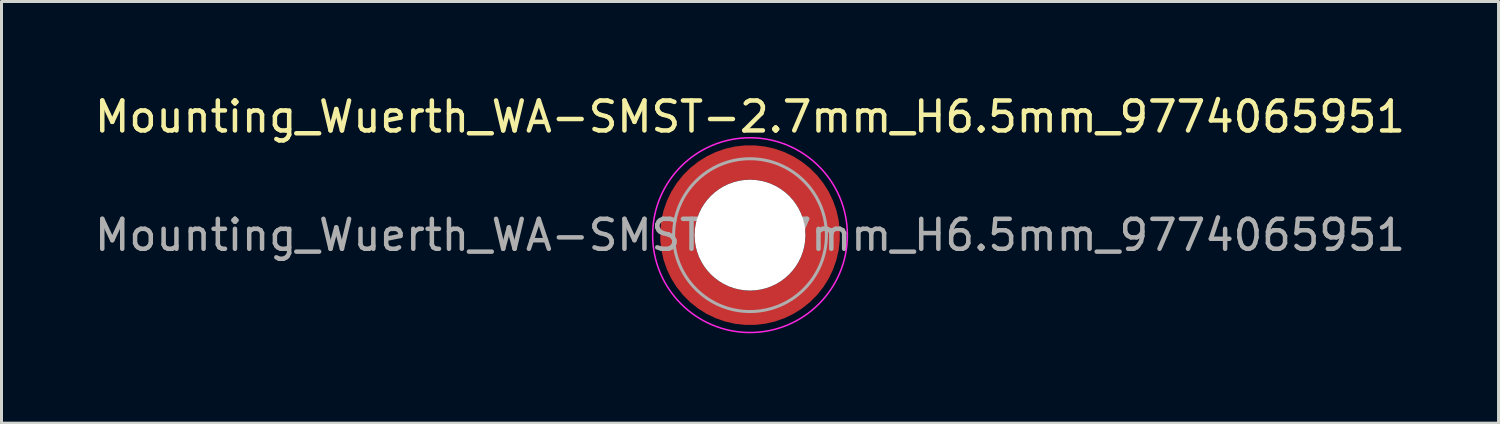
<source format=kicad_pcb>
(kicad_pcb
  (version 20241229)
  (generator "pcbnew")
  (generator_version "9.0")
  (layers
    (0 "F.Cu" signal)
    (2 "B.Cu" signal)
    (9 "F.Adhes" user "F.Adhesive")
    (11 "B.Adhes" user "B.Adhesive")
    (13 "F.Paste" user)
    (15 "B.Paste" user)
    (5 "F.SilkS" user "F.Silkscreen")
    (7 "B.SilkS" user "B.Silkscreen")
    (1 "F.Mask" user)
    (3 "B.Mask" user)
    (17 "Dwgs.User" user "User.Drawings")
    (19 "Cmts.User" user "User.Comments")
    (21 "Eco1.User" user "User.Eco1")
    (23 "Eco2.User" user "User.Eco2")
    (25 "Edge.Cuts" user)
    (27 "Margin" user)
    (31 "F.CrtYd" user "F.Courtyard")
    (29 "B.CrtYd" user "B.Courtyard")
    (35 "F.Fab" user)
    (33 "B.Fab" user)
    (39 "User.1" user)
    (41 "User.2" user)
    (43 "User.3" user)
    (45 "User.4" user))
  (footprint "Mounting_Wuerth_WA-SMST-2.7mm_H6.5mm_9774065951"
    (layer "F.Cu")
    (at 21.982 4.798)
    (property "Reference" "Mounting_Wuerth_WA-SMST-2.7mm_H6.5mm_9774065951" (at 0 -3.95 0) (layer "F.SilkS") (effects (font (size 1 1) (thickness 0.15))))
    (attr smd)
    (fp_circle (center 0 0) (end 3.25 0) (stroke (width 0.05) (type solid)) (fill no) (layer "F.CrtYd"))
    (fp_circle (center 0 0) (end 2.55 0) (stroke (width 0.1) (type solid)) (fill no) (layer "F.Fab"))
    (fp_text user "${REFERENCE}" (at 0 0 0) (layer "F.Fab") (effects (font (size 1 1) (thickness 0.15))))
    (pad "" smd custom (at -1.704 -1.704) (size 0.62 0.62) (layers "F.Paste") (options (anchor circle)) (primitives (gr_arc (start -0.250195 1.279127) (mid 0.289146 0.290681) (end 1.277006 -0.249732) (width 0.2)) (gr_arc (start -0.34334 1.279127) (mid 0.224883 0.226093) (end 1.277452 -0.342992) (width 0.2)) (gr_arc (start -0.436309 1.279127) (mid 0.160537 0.16159) (end 1.277666 -0.436018) (width 0.2)) (gr_arc (start -0.529126 1.279127) (mid 0.095932 0.097343) (end 1.277167 -0.528752) (width 0.2)) (gr_arc (start -0.621807 1.279127) (mid 0.0309 0.033527) (end 1.275473 -0.621136) (width 0.2)) (gr_arc (start -0.71437 1.279127) (mid -0.03322 -0.031206) (end 1.276322 -0.713875) (width 0.2)) (gr_arc (start -0.806826 1.279127) (mid -0.097997 -0.095278) (end 1.275336 -0.806181) (width 0.2)) (gr_arc (start -0.899187 1.279127) (mid -0.161977 -0.16015) (end 1.276577 -0.898769) (width 0.2)) (gr_arc (start -0.991463 1.279127) (mid -0.226842 -0.224133) (end 1.275343 -0.990864) (width 0.2)) (gr_arc (start -1.083663 1.279127) (mid -0.291026 -0.288801) (end 1.276016 -1.083187) (width 0.2)) (gr_line (start 1.279 -0.25) (end 1.279 -1.084) (width 0.2)) (gr_line (start -0.25 1.279) (end -1.084 1.279) (width 0.2))))
    (pad "" smd custom (at -1.704 1.704) (size 0.62 0.62) (layers "F.Paste") (options (anchor circle)) (primitives (gr_arc (start 1.279127 0.250195) (mid 0.290681 -0.289146) (end -0.249732 -1.277006) (width 0.2)) (gr_arc (start 1.279127 0.34334) (mid 0.226093 -0.224883) (end -0.342992 -1.277452) (width 0.2)) (gr_arc (start 1.279127 0.436309) (mid 0.16159 -0.160537) (end -0.436018 -1.277666) (width 0.2)) (gr_arc (start 1.279127 0.529126) (mid 0.097343 -0.095932) (end -0.528752 -1.277167) (width 0.2)) (gr_arc (start 1.279127 0.621807) (mid 0.033527 -0.0309) (end -0.621136 -1.275473) (width 0.2)) (gr_arc (start 1.279127 0.71437) (mid -0.031206 0.03322) (end -0.713875 -1.276322) (width 0.2)) (gr_arc (start 1.279127 0.806826) (mid -0.095278 0.097997) (end -0.806181 -1.275336) (width 0.2)) (gr_arc (start 1.279127 0.899187) (mid -0.16015 0.161977) (end -0.898769 -1.276577) (width 0.2)) (gr_arc (start 1.279127 0.991463) (mid -0.224133 0.226842) (end -0.990864 -1.275343) (width 0.2)) (gr_arc (start 1.279127 1.083663) (mid -0.288801 0.291026) (end -1.083187 -1.276016) (width 0.2)) (gr_line (start -0.25 -1.279) (end -1.084 -1.279) (width 0.2)) (gr_line (start 1.279 0.25) (end 1.279 1.084) (width 0.2))))
    (pad "" np_thru_hole circle (at 0 0) (size 3.7 3.7) (drill 3.7) (layers "*.Cu" "*.Mask"))
    (pad "" smd custom (at 1.704 -1.704) (size 0.62 0.62) (layers "F.Paste") (options (anchor circle)) (primitives (gr_arc (start -1.279127 -0.250195) (mid -0.290681 0.289146) (end 0.249732 1.277006) (width 0.2)) (gr_arc (start -1.279127 -0.34334) (mid -0.226093 0.224883) (end 0.342992 1.277452) (width 0.2)) (gr_arc (start -1.279127 -0.436309) (mid -0.16159 0.160537) (end 0.436018 1.277666) (width 0.2)) (gr_arc (start -1.279127 -0.529126) (mid -0.097343 0.095932) (end 0.528752 1.277167) (width 0.2)) (gr_arc (start -1.279127 -0.621807) (mid -0.033527 0.0309) (end 0.621136 1.275473) (width 0.2)) (gr_arc (start -1.279127 -0.71437) (mid 0.031206 -0.03322) (end 0.713875 1.276322) (width 0.2)) (gr_arc (start -1.279127 -0.806826) (mid 0.095278 -0.097997) (end 0.806181 1.275336) (width 0.2)) (gr_arc (start -1.279127 -0.899187) (mid 0.16015 -0.161977) (end 0.898769 1.276577) (width 0.2)) (gr_arc (start -1.279127 -0.991463) (mid 0.224133 -0.226842) (end 0.990864 1.275343) (width 0.2)) (gr_arc (start -1.279127 -1.083663) (mid 0.288801 -0.291026) (end 1.083187 1.276016) (width 0.2)) (gr_line (start 0.25 1.279) (end 1.084 1.279) (width 0.2)) (gr_line (start -1.279 -0.25) (end -1.279 -1.084) (width 0.2))))
    (pad "" smd custom (at 1.704 1.704) (size 0.62 0.62) (layers "F.Paste") (options (anchor circle)) (primitives (gr_arc (start 0.250195 -1.279127) (mid -0.289146 -0.290681) (end -1.277006 0.249732) (width 0.2)) (gr_arc (start 0.34334 -1.279127) (mid -0.224883 -0.226093) (end -1.277452 0.342992) (width 0.2)) (gr_arc (start 0.436309 -1.279127) (mid -0.160537 -0.16159) (end -1.277666 0.436018) (width 0.2)) (gr_arc (start 0.529126 -1.279127) (mid -0.095932 -0.097343) (end -1.277167 0.528752) (width 0.2)) (gr_arc (start 0.621807 -1.279127) (mid -0.0309 -0.033527) (end -1.275473 0.621136) (width 0.2)) (gr_arc (start 0.71437 -1.279127) (mid 0.03322 0.031206) (end -1.276322 0.713875) (width 0.2)) (gr_arc (start 0.806826 -1.279127) (mid 0.097997 0.095278) (end -1.275336 0.806181) (width 0.2)) (gr_arc (start 0.899187 -1.279127) (mid 0.161977 0.16015) (end -1.276577 0.898769) (width 0.2)) (gr_arc (start 0.991463 -1.279127) (mid 0.226842 0.224133) (end -1.275343 0.990864) (width 0.2)) (gr_arc (start 1.083663 -1.279127) (mid 0.291026 0.288801) (end -1.276016 1.083187) (width 0.2)) (gr_line (start -1.279 0.25) (end -1.279 1.084) (width 0.2)) (gr_line (start 0.25 -1.279) (end 1.084 -1.279) (width 0.2))))
    (pad "1" smd circle (at -2.425 0) (size 0.75 0.75) (layers "F.Cu"))
    (pad "1" smd circle (at 0 -2.425) (size 0.75 0.75) (layers "F.Cu"))
    (pad "1" smd circle (at 0 2.425) (size 0.75 0.75) (layers "F.Cu"))
    (pad "1" smd custom (at 2.425 0) (size 0.75 0.75) (layers "F.Cu" "F.Mask") (options (anchor circle)) (primitives (gr_circle (center -2.425 0) (end 0 0) (width 1.15) (fill no)))))
  (gr_rect
    (start -3 -3)
    (end 46.964 11.073)
    (stroke (width 0.1) (type default))
    (fill no)
    (layer "Edge.Cuts")))
</source>
